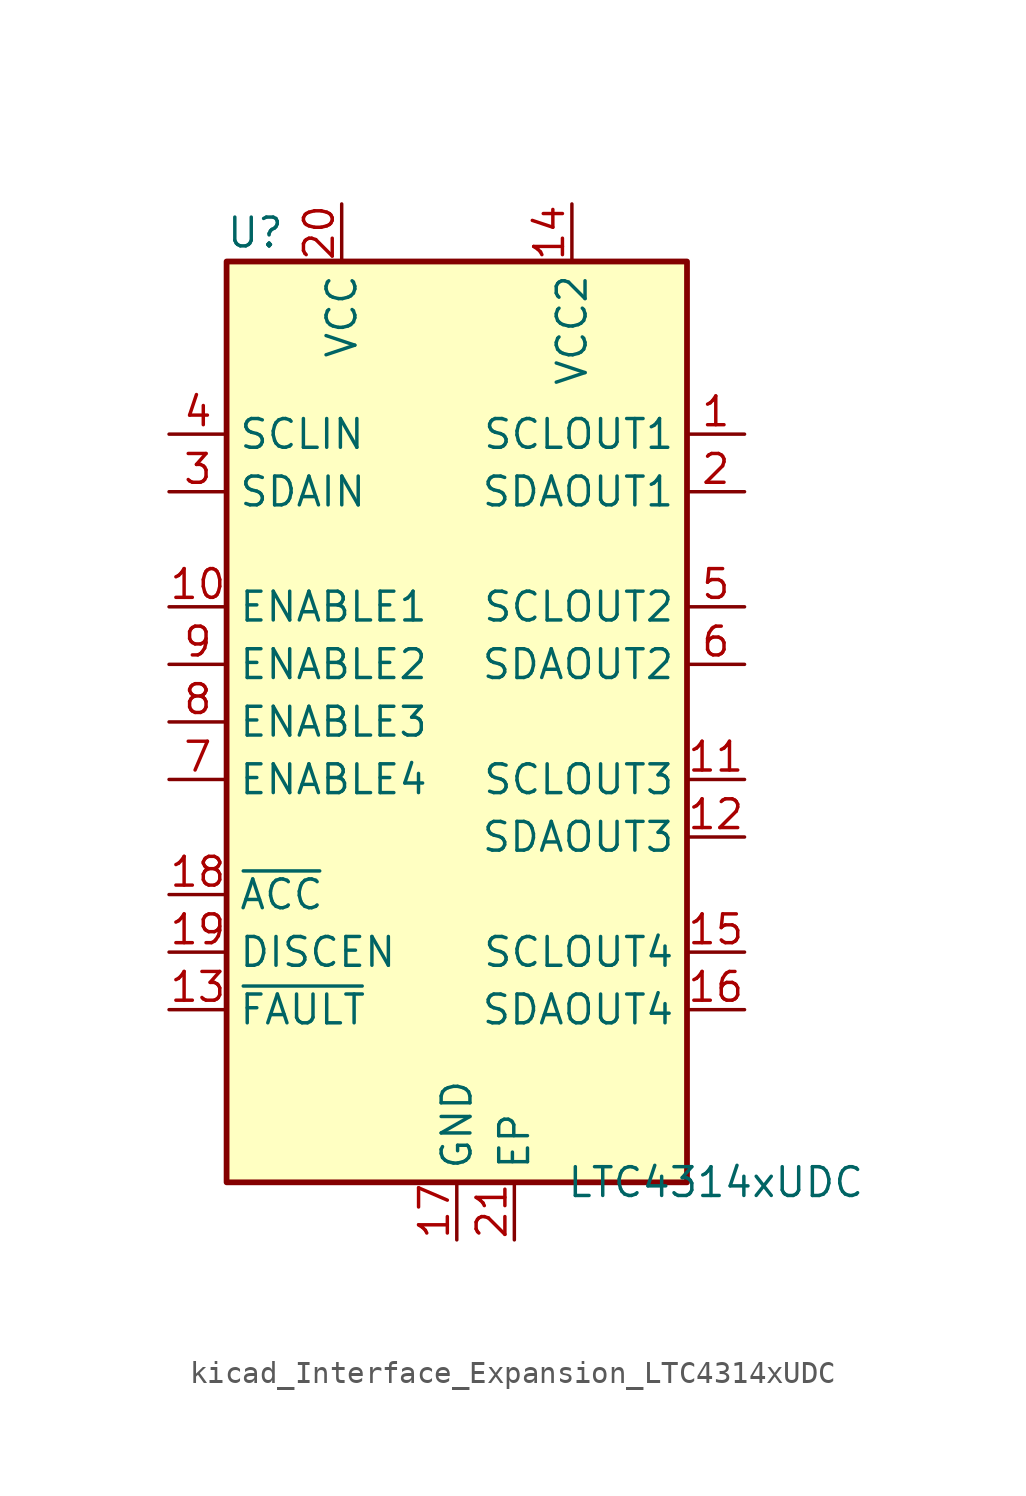
<source format=kicad_sym>
(kicad_symbol_lib
  (version 20220914)
  (generator kicad_symbol_editor)
  (symbol "kicad_Interface_Expansion_LTC4314xUDC"
    (property "Reference" "U"
      (at -8.89 21.59 0)
      (effects (font (size 1.27 1.27))))
    (property "Value" "LTC4314xUDC"
      (at 11.43 -20.32 0)
      (effects (font (size 1.27 1.27))))
    (symbol "kicad_Interface_Expansion_LTC4314xUDC_0_0"
      (pin bidirectional line (at 12.7 12.7 180) (length 2.54) (name "SCLOUT1" (effects (font (size 1.27 1.27)))) (number "1" (effects (font (size 1.27 1.27))))))
    (symbol "kicad_Interface_Expansion_LTC4314xUDC_0_1"
      (rectangle (start -10.16 20.32) (end 10.16 -20.32) (stroke (width 0.254) (type default)) (fill (type background))))
    (symbol "kicad_Interface_Expansion_LTC4314xUDC_1_1"
      (pin input line (at -12.7 5.08 0) (length 2.54) (name "ENABLE1" (effects (font (size 1.27 1.27)))) (number "10" (effects (font (size 1.27 1.27)))))
      (pin bidirectional line (at 12.7 -2.54 180) (length 2.54) (name "SCLOUT3" (effects (font (size 1.27 1.27)))) (number "11" (effects (font (size 1.27 1.27)))))
      (pin bidirectional line (at 12.7 -5.08 180) (length 2.54) (name "SDAOUT3" (effects (font (size 1.27 1.27)))) (number "12" (effects (font (size 1.27 1.27)))))
      (pin open_collector line (at -12.7 -12.7 0) (length 2.54) (name "~{FAULT}" (effects (font (size 1.27 1.27)))) (number "13" (effects (font (size 1.27 1.27)))))
      (pin power_in line (at 5.08 22.86 270) (length 2.54) (name "VCC2" (effects (font (size 1.27 1.27)))) (number "14" (effects (font (size 1.27 1.27)))))
      (pin bidirectional line (at 12.7 -10.16 180) (length 2.54) (name "SCLOUT4" (effects (font (size 1.27 1.27)))) (number "15" (effects (font (size 1.27 1.27)))))
      (pin bidirectional line (at 12.7 -12.7 180) (length 2.54) (name "SDAOUT4" (effects (font (size 1.27 1.27)))) (number "16" (effects (font (size 1.27 1.27)))))
      (pin power_in line (at 0 -22.86 90) (length 2.54) (name "GND" (effects (font (size 1.27 1.27)))) (number "17" (effects (font (size 1.27 1.27)))))
      (pin input line (at -12.7 -7.62 0) (length 2.54) (name "~{ACC}" (effects (font (size 1.27 1.27)))) (number "18" (effects (font (size 1.27 1.27)))))
      (pin input line (at -12.7 -10.16 0) (length 2.54) (name "DISCEN" (effects (font (size 1.27 1.27)))) (number "19" (effects (font (size 1.27 1.27)))))
      (pin bidirectional line (at 12.7 10.16 180) (length 2.54) (name "SDAOUT1" (effects (font (size 1.27 1.27)))) (number "2" (effects (font (size 1.27 1.27)))))
      (pin power_in line (at -5.08 22.86 270) (length 2.54) (name "VCC" (effects (font (size 1.27 1.27)))) (number "20" (effects (font (size 1.27 1.27)))))
      (pin passive line (at 2.54 -22.86 90) (length 2.54) (name "EP" (effects (font (size 1.27 1.27)))) (number "21" (effects (font (size 1.27 1.27)))))
      (pin bidirectional line (at -12.7 10.16 0) (length 2.54) (name "SDAIN" (effects (font (size 1.27 1.27)))) (number "3" (effects (font (size 1.27 1.27)))))
      (pin bidirectional line (at -12.7 12.7 0) (length 2.54) (name "SCLIN" (effects (font (size 1.27 1.27)))) (number "4" (effects (font (size 1.27 1.27)))))
      (pin bidirectional line (at 12.7 5.08 180) (length 2.54) (name "SCLOUT2" (effects (font (size 1.27 1.27)))) (number "5" (effects (font (size 1.27 1.27)))))
      (pin bidirectional line (at 12.7 2.54 180) (length 2.54) (name "SDAOUT2" (effects (font (size 1.27 1.27)))) (number "6" (effects (font (size 1.27 1.27)))))
      (pin input line (at -12.7 -2.54 0) (length 2.54) (name "ENABLE4" (effects (font (size 1.27 1.27)))) (number "7" (effects (font (size 1.27 1.27)))))
      (pin input line (at -12.7 0 0) (length 2.54) (name "ENABLE3" (effects (font (size 1.27 1.27)))) (number "8" (effects (font (size 1.27 1.27)))))
      (pin input line (at -12.7 2.54 0) (length 2.54) (name "ENABLE2" (effects (font (size 1.27 1.27)))) (number "9" (effects (font (size 1.27 1.27))))))))
</source>
